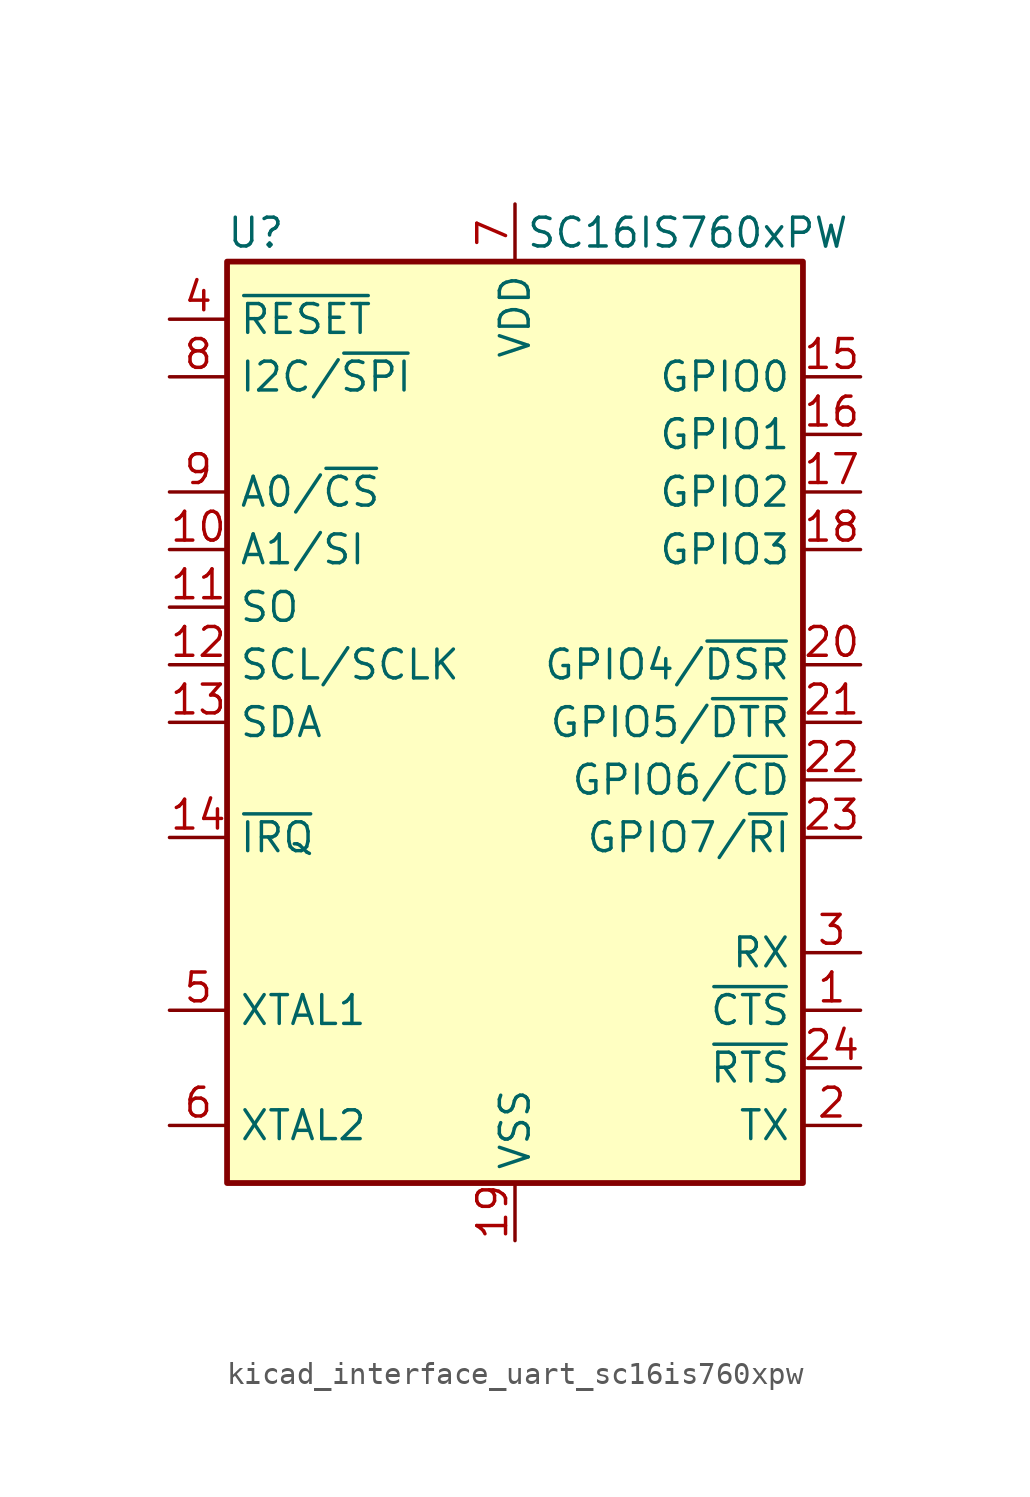
<source format=kicad_sym>
(kicad_symbol_lib
  (version 20220914)
  (generator kicad_symbol_editor)
  (symbol "kicad_interface_uart_sc16is760xpw"
    (property "Reference" "U"
      (at -11.43 21.59 0)
      (effects (font (size 1.27 1.27))))
    (property "Value" "SC16IS760xPW"
      (at 7.62 21.59 0)
      (effects (font (size 1.27 1.27))))
    (symbol "kicad_interface_uart_sc16is760xpw_0_1"
      (rectangle (start -12.7 20.32) (end 12.7 -20.32) (stroke (width 0.254) (type default)) (fill (type background))))
    (symbol "kicad_interface_uart_sc16is760xpw_1_1"
      (pin input line (at 15.24 -12.7 180) (length 2.54) (name "~{CTS}" (effects (font (size 1.27 1.27)))) (number "1" (effects (font (size 1.27 1.27)))))
      (pin input line (at -15.24 7.62 0) (length 2.54) (name "A1/SI" (effects (font (size 1.27 1.27)))) (number "10" (effects (font (size 1.27 1.27)))))
      (pin output line (at -15.24 5.08 0) (length 2.54) (name "SO" (effects (font (size 1.27 1.27)))) (number "11" (effects (font (size 1.27 1.27)))))
      (pin input line (at -15.24 2.54 0) (length 2.54) (name "SCL/SCLK" (effects (font (size 1.27 1.27)))) (number "12" (effects (font (size 1.27 1.27)))))
      (pin bidirectional line (at -15.24 0 0) (length 2.54) (name "SDA" (effects (font (size 1.27 1.27)))) (number "13" (effects (font (size 1.27 1.27)))))
      (pin open_collector line (at -15.24 -5.08 0) (length 2.54) (name "~{IRQ}" (effects (font (size 1.27 1.27)))) (number "14" (effects (font (size 1.27 1.27)))))
      (pin bidirectional line (at 15.24 15.24 180) (length 2.54) (name "GPIO0" (effects (font (size 1.27 1.27)))) (number "15" (effects (font (size 1.27 1.27)))))
      (pin bidirectional line (at 15.24 12.7 180) (length 2.54) (name "GPIO1" (effects (font (size 1.27 1.27)))) (number "16" (effects (font (size 1.27 1.27)))))
      (pin bidirectional line (at 15.24 10.16 180) (length 2.54) (name "GPIO2" (effects (font (size 1.27 1.27)))) (number "17" (effects (font (size 1.27 1.27)))))
      (pin bidirectional line (at 15.24 7.62 180) (length 2.54) (name "GPIO3" (effects (font (size 1.27 1.27)))) (number "18" (effects (font (size 1.27 1.27)))))
      (pin power_in line (at 0 -22.86 90) (length 2.54) (name "VSS" (effects (font (size 1.27 1.27)))) (number "19" (effects (font (size 1.27 1.27)))))
      (pin output line (at 15.24 -17.78 180) (length 2.54) (name "TX" (effects (font (size 1.27 1.27)))) (number "2" (effects (font (size 1.27 1.27)))))
      (pin bidirectional line (at 15.24 2.54 180) (length 2.54) (name "GPIO4/~{DSR}" (effects (font (size 1.27 1.27)))) (number "20" (effects (font (size 1.27 1.27)))))
      (pin bidirectional line (at 15.24 0 180) (length 2.54) (name "GPIO5/~{DTR}" (effects (font (size 1.27 1.27)))) (number "21" (effects (font (size 1.27 1.27)))))
      (pin bidirectional line (at 15.24 -2.54 180) (length 2.54) (name "GPIO6/~{CD}" (effects (font (size 1.27 1.27)))) (number "22" (effects (font (size 1.27 1.27)))))
      (pin bidirectional line (at 15.24 -5.08 180) (length 2.54) (name "GPIO7/~{RI}" (effects (font (size 1.27 1.27)))) (number "23" (effects (font (size 1.27 1.27)))))
      (pin output line (at 15.24 -15.24 180) (length 2.54) (name "~{RTS}" (effects (font (size 1.27 1.27)))) (number "24" (effects (font (size 1.27 1.27)))))
      (pin input line (at 15.24 -10.16 180) (length 2.54) (name "RX" (effects (font (size 1.27 1.27)))) (number "3" (effects (font (size 1.27 1.27)))))
      (pin input line (at -15.24 17.78 0) (length 2.54) (name "~{RESET}" (effects (font (size 1.27 1.27)))) (number "4" (effects (font (size 1.27 1.27)))))
      (pin input line (at -15.24 -12.7 0) (length 2.54) (name "XTAL1" (effects (font (size 1.27 1.27)))) (number "5" (effects (font (size 1.27 1.27)))))
      (pin output line (at -15.24 -17.78 0) (length 2.54) (name "XTAL2" (effects (font (size 1.27 1.27)))) (number "6" (effects (font (size 1.27 1.27)))))
      (pin power_in line (at 0 22.86 270) (length 2.54) (name "VDD" (effects (font (size 1.27 1.27)))) (number "7" (effects (font (size 1.27 1.27)))))
      (pin input line (at -15.24 15.24 0) (length 2.54) (name "I2C/~{SPI}" (effects (font (size 1.27 1.27)))) (number "8" (effects (font (size 1.27 1.27)))))
      (pin input line (at -15.24 10.16 0) (length 2.54) (name "A0/~{CS}" (effects (font (size 1.27 1.27)))) (number "9" (effects (font (size 1.27 1.27))))))))
</source>
